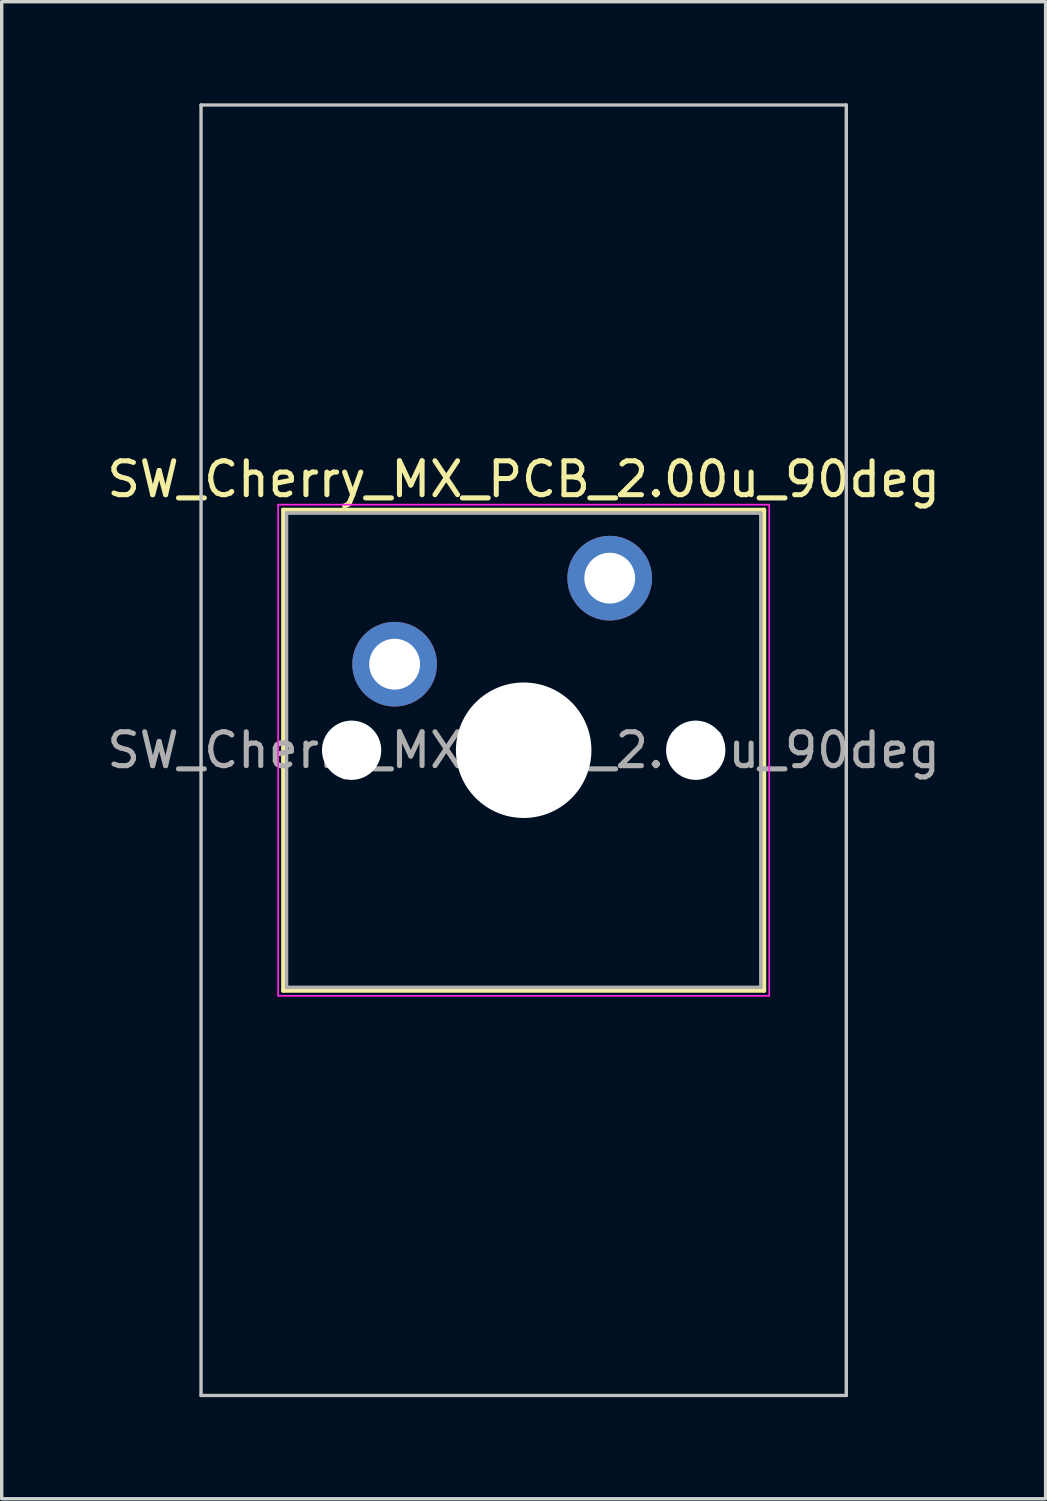
<source format=kicad_pcb>
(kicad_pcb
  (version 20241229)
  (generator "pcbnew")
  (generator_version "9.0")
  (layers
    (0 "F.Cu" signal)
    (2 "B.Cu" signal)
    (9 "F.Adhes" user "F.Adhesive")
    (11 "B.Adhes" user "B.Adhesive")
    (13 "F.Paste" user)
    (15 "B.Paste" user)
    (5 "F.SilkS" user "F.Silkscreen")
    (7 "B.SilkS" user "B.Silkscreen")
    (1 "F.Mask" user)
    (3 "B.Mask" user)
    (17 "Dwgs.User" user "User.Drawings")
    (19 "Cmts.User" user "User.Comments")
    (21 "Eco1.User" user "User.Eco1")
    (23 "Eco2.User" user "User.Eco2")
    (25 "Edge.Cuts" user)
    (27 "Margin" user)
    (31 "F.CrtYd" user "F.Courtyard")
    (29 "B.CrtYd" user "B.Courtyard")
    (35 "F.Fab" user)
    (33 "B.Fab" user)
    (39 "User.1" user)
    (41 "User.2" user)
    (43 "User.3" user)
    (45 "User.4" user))
  (footprint "SW_Cherry_MX_PCB_2.00u_90deg"
    (layer "F.Cu")
    (at 12.411 19.1)
    (property "Reference" "SW_Cherry_MX_PCB_2.00u_90deg" (at 0 -8 0) (layer "F.SilkS") (effects (font (size 1 1) (thickness 0.15))))
    (attr through_hole)
    (fp_line (start -7.1 -7.1) (end -7.1 7.1) (stroke (width 0.12) (type solid)) (layer "F.SilkS"))
    (fp_line (start -7.1 7.1) (end 7.1 7.1) (stroke (width 0.12) (type solid)) (layer "F.SilkS"))
    (fp_line (start 7.1 -7.1) (end -7.1 -7.1) (stroke (width 0.12) (type solid)) (layer "F.SilkS"))
    (fp_line (start 7.1 7.1) (end 7.1 -7.1) (stroke (width 0.12) (type solid)) (layer "F.SilkS"))
    (fp_line (start -9.525 -19.05) (end 9.525 -19.05) (stroke (width 0.1) (type solid)) (layer "Dwgs.User"))
    (fp_line (start -9.525 19.05) (end -9.525 -19.05) (stroke (width 0.1) (type solid)) (layer "Dwgs.User"))
    (fp_line (start 9.525 -19.05) (end 9.525 19.05) (stroke (width 0.1) (type solid)) (layer "Dwgs.User"))
    (fp_line (start 9.525 19.05) (end -9.525 19.05) (stroke (width 0.1) (type solid)) (layer "Dwgs.User"))
    (fp_line (start -7 -7) (end -7 7) (stroke (width 0.1) (type solid)) (layer "Eco1.User"))
    (fp_line (start -7 7) (end 7 7) (stroke (width 0.1) (type solid)) (layer "Eco1.User"))
    (fp_line (start 7 -7) (end -7 -7) (stroke (width 0.1) (type solid)) (layer "Eco1.User"))
    (fp_line (start 7 7) (end 7 -7) (stroke (width 0.1) (type solid)) (layer "Eco1.User"))
    (fp_line (start -7.25 -7.25) (end -7.25 7.25) (stroke (width 0.05) (type solid)) (layer "F.CrtYd"))
    (fp_line (start -7.25 7.25) (end 7.25 7.25) (stroke (width 0.05) (type solid)) (layer "F.CrtYd"))
    (fp_line (start 7.25 -7.25) (end -7.25 -7.25) (stroke (width 0.05) (type solid)) (layer "F.CrtYd"))
    (fp_line (start 7.25 7.25) (end 7.25 -7.25) (stroke (width 0.05) (type solid)) (layer "F.CrtYd"))
    (fp_line (start -7 -7) (end -7 7) (stroke (width 0.1) (type solid)) (layer "F.Fab"))
    (fp_line (start -7 7) (end 7 7) (stroke (width 0.1) (type solid)) (layer "F.Fab"))
    (fp_line (start 7 -7) (end -7 -7) (stroke (width 0.1) (type solid)) (layer "F.Fab"))
    (fp_line (start 7 7) (end 7 -7) (stroke (width 0.1) (type solid)) (layer "F.Fab"))
    (fp_text user "${REFERENCE}" (at 0 0 0) (layer "F.Fab") (effects (font (size 1 1) (thickness 0.15))))
    (pad "" np_thru_hole circle (at -5.08 0) (size 1.75 1.75) (drill 1.75) (layers "*.Cu" "*.Mask"))
    (pad "" np_thru_hole circle (at 0 0) (size 4 4) (drill 4) (layers "*.Cu" "*.Mask"))
    (pad "" np_thru_hole circle (at 5.08 0) (size 1.75 1.75) (drill 1.75) (layers "*.Cu" "*.Mask"))
    (pad "1" thru_hole circle (at -3.81 -2.54) (size 2.5 2.5) (drill 1.5) (layers "*.Cu" "*.Mask"))
    (pad "2" thru_hole circle (at 2.54 -5.08) (size 2.5 2.5) (drill 1.5) (layers "*.Cu" "*.Mask")))
  (gr_rect
    (start -3 -3)
    (end 27.821 41.2)
    (stroke (width 0.1) (type default))
    (fill no)
    (layer "Edge.Cuts")))
</source>
